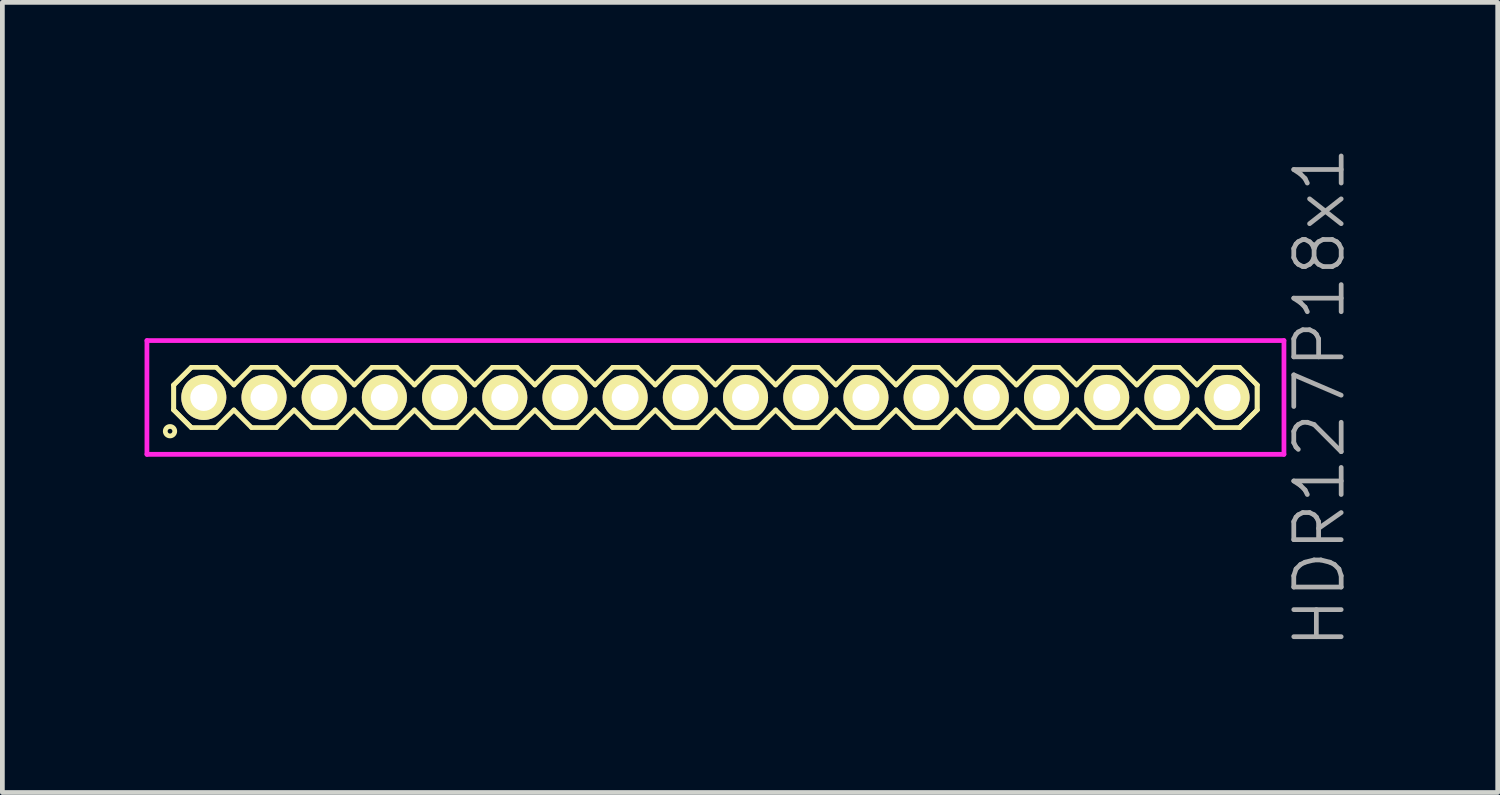
<source format=kicad_pcb>
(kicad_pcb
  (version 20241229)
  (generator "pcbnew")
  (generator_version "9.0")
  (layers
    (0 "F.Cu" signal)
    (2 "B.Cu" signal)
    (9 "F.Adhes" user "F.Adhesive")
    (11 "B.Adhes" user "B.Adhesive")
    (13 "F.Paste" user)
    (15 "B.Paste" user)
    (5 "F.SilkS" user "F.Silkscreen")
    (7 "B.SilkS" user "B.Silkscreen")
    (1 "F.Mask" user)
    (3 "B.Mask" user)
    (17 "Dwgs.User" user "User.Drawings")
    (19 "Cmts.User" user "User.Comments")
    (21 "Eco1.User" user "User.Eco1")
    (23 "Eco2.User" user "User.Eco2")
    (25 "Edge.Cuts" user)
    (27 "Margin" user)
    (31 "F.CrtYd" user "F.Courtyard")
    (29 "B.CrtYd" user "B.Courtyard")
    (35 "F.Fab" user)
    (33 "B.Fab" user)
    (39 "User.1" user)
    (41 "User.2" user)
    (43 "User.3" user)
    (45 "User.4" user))
  (footprint "HDR127P18x1"
    (layer "F.Cu")
    (at 12.045 5.336)
    (property "Reference" "HDR127P18x1" (at 12.745 0 90) (layer "F.Fab") (effects (font (size 1 1) (thickness 0.1))))
    (attr through_hole)
    (fp_line (start -11.43 -0.263) (end -11.058 -0.635) (stroke (width 0.1) (type solid)) (layer "F.SilkS"))
    (fp_line (start -11.43 -0.263) (end -11.058 -0.635) (stroke (width 0.1) (type solid)) (layer "F.SilkS"))
    (fp_line (start -11.43 0.263) (end -11.43 -0.263) (stroke (width 0.1) (type solid)) (layer "F.SilkS"))
    (fp_line (start -11.43 0.263) (end -11.43 -0.263) (stroke (width 0.1) (type solid)) (layer "F.SilkS"))
    (fp_line (start -11.058 -0.635) (end -10.532 -0.635) (stroke (width 0.1) (type solid)) (layer "F.SilkS"))
    (fp_line (start -11.058 0.635) (end -11.43 0.263) (stroke (width 0.1) (type solid)) (layer "F.SilkS"))
    (fp_line (start -11.058 0.635) (end -11.43 0.263) (stroke (width 0.1) (type solid)) (layer "F.SilkS"))
    (fp_line (start -10.532 -0.635) (end -10.16 -0.263) (stroke (width 0.1) (type solid)) (layer "F.SilkS"))
    (fp_line (start -10.532 0.635) (end -11.058 0.635) (stroke (width 0.1) (type solid)) (layer "F.SilkS"))
    (fp_line (start -10.16 -0.263) (end -9.788 -0.635) (stroke (width 0.1) (type solid)) (layer "F.SilkS"))
    (fp_line (start -10.16 0.263) (end -10.532 0.635) (stroke (width 0.1) (type solid)) (layer "F.SilkS"))
    (fp_line (start -9.788 -0.635) (end -9.262 -0.635) (stroke (width 0.1) (type solid)) (layer "F.SilkS"))
    (fp_line (start -9.788 0.635) (end -10.16 0.263) (stroke (width 0.1) (type solid)) (layer "F.SilkS"))
    (fp_line (start -9.262 -0.635) (end -8.89 -0.263) (stroke (width 0.1) (type solid)) (layer "F.SilkS"))
    (fp_line (start -9.262 0.635) (end -9.788 0.635) (stroke (width 0.1) (type solid)) (layer "F.SilkS"))
    (fp_line (start -8.89 -0.263) (end -8.518 -0.635) (stroke (width 0.1) (type solid)) (layer "F.SilkS"))
    (fp_line (start -8.89 0.263) (end -9.262 0.635) (stroke (width 0.1) (type solid)) (layer "F.SilkS"))
    (fp_line (start -8.518 -0.635) (end -7.992 -0.635) (stroke (width 0.1) (type solid)) (layer "F.SilkS"))
    (fp_line (start -8.518 0.635) (end -8.89 0.263) (stroke (width 0.1) (type solid)) (layer "F.SilkS"))
    (fp_line (start -7.992 -0.635) (end -7.62 -0.263) (stroke (width 0.1) (type solid)) (layer "F.SilkS"))
    (fp_line (start -7.992 0.635) (end -8.518 0.635) (stroke (width 0.1) (type solid)) (layer "F.SilkS"))
    (fp_line (start -7.62 -0.263) (end -7.248 -0.635) (stroke (width 0.1) (type solid)) (layer "F.SilkS"))
    (fp_line (start -7.62 0.263) (end -7.992 0.635) (stroke (width 0.1) (type solid)) (layer "F.SilkS"))
    (fp_line (start -7.248 -0.635) (end -6.722 -0.635) (stroke (width 0.1) (type solid)) (layer "F.SilkS"))
    (fp_line (start -7.248 0.635) (end -7.62 0.263) (stroke (width 0.1) (type solid)) (layer "F.SilkS"))
    (fp_line (start -6.722 -0.635) (end -6.35 -0.263) (stroke (width 0.1) (type solid)) (layer "F.SilkS"))
    (fp_line (start -6.722 0.635) (end -7.248 0.635) (stroke (width 0.1) (type solid)) (layer "F.SilkS"))
    (fp_line (start -6.35 -0.263) (end -5.978 -0.635) (stroke (width 0.1) (type solid)) (layer "F.SilkS"))
    (fp_line (start -6.35 0.263) (end -6.722 0.635) (stroke (width 0.1) (type solid)) (layer "F.SilkS"))
    (fp_line (start -5.978 -0.635) (end -5.452 -0.635) (stroke (width 0.1) (type solid)) (layer "F.SilkS"))
    (fp_line (start -5.978 0.635) (end -6.35 0.263) (stroke (width 0.1) (type solid)) (layer "F.SilkS"))
    (fp_line (start -5.452 -0.635) (end -5.08 -0.263) (stroke (width 0.1) (type solid)) (layer "F.SilkS"))
    (fp_line (start -5.452 0.635) (end -5.978 0.635) (stroke (width 0.1) (type solid)) (layer "F.SilkS"))
    (fp_line (start -5.08 -0.263) (end -4.708 -0.635) (stroke (width 0.1) (type solid)) (layer "F.SilkS"))
    (fp_line (start -5.08 0.263) (end -5.452 0.635) (stroke (width 0.1) (type solid)) (layer "F.SilkS"))
    (fp_line (start -4.708 -0.635) (end -4.182 -0.635) (stroke (width 0.1) (type solid)) (layer "F.SilkS"))
    (fp_line (start -4.708 0.635) (end -5.08 0.263) (stroke (width 0.1) (type solid)) (layer "F.SilkS"))
    (fp_line (start -4.182 -0.635) (end -3.81 -0.263) (stroke (width 0.1) (type solid)) (layer "F.SilkS"))
    (fp_line (start -4.182 0.635) (end -4.708 0.635) (stroke (width 0.1) (type solid)) (layer "F.SilkS"))
    (fp_line (start -3.81 -0.263) (end -3.438 -0.635) (stroke (width 0.1) (type solid)) (layer "F.SilkS"))
    (fp_line (start -3.81 0.263) (end -4.182 0.635) (stroke (width 0.1) (type solid)) (layer "F.SilkS"))
    (fp_line (start -3.438 -0.635) (end -2.912 -0.635) (stroke (width 0.1) (type solid)) (layer "F.SilkS"))
    (fp_line (start -3.438 0.635) (end -3.81 0.263) (stroke (width 0.1) (type solid)) (layer "F.SilkS"))
    (fp_line (start -2.912 -0.635) (end -2.54 -0.263) (stroke (width 0.1) (type solid)) (layer "F.SilkS"))
    (fp_line (start -2.912 0.635) (end -3.438 0.635) (stroke (width 0.1) (type solid)) (layer "F.SilkS"))
    (fp_line (start -2.54 -0.263) (end -2.168 -0.635) (stroke (width 0.1) (type solid)) (layer "F.SilkS"))
    (fp_line (start -2.54 0.263) (end -2.912 0.635) (stroke (width 0.1) (type solid)) (layer "F.SilkS"))
    (fp_line (start -2.168 -0.635) (end -1.642 -0.635) (stroke (width 0.1) (type solid)) (layer "F.SilkS"))
    (fp_line (start -2.168 0.635) (end -2.54 0.263) (stroke (width 0.1) (type solid)) (layer "F.SilkS"))
    (fp_line (start -1.642 -0.635) (end -1.27 -0.263) (stroke (width 0.1) (type solid)) (layer "F.SilkS"))
    (fp_line (start -1.642 0.635) (end -2.168 0.635) (stroke (width 0.1) (type solid)) (layer "F.SilkS"))
    (fp_line (start -1.27 -0.263) (end -0.898 -0.635) (stroke (width 0.1) (type solid)) (layer "F.SilkS"))
    (fp_line (start -1.27 0.263) (end -1.642 0.635) (stroke (width 0.1) (type solid)) (layer "F.SilkS"))
    (fp_line (start -0.898 -0.635) (end -0.372 -0.635) (stroke (width 0.1) (type solid)) (layer "F.SilkS"))
    (fp_line (start -0.898 0.635) (end -1.27 0.263) (stroke (width 0.1) (type solid)) (layer "F.SilkS"))
    (fp_line (start -0.372 -0.635) (end 0 -0.263) (stroke (width 0.1) (type solid)) (layer "F.SilkS"))
    (fp_line (start -0.372 0.635) (end -0.898 0.635) (stroke (width 0.1) (type solid)) (layer "F.SilkS"))
    (fp_line (start 0 -0.263) (end 0.372 -0.635) (stroke (width 0.1) (type solid)) (layer "F.SilkS"))
    (fp_line (start 0 0.263) (end -0.372 0.635) (stroke (width 0.1) (type solid)) (layer "F.SilkS"))
    (fp_line (start 0.372 -0.635) (end 0.898 -0.635) (stroke (width 0.1) (type solid)) (layer "F.SilkS"))
    (fp_line (start 0.372 0.635) (end 0 0.263) (stroke (width 0.1) (type solid)) (layer "F.SilkS"))
    (fp_line (start 0.898 -0.635) (end 1.27 -0.263) (stroke (width 0.1) (type solid)) (layer "F.SilkS"))
    (fp_line (start 0.898 0.635) (end 0.372 0.635) (stroke (width 0.1) (type solid)) (layer "F.SilkS"))
    (fp_line (start 1.27 -0.263) (end 1.642 -0.635) (stroke (width 0.1) (type solid)) (layer "F.SilkS"))
    (fp_line (start 1.27 0.263) (end 0.898 0.635) (stroke (width 0.1) (type solid)) (layer "F.SilkS"))
    (fp_line (start 1.642 -0.635) (end 2.168 -0.635) (stroke (width 0.1) (type solid)) (layer "F.SilkS"))
    (fp_line (start 1.642 0.635) (end 1.27 0.263) (stroke (width 0.1) (type solid)) (layer "F.SilkS"))
    (fp_line (start 2.168 -0.635) (end 2.54 -0.263) (stroke (width 0.1) (type solid)) (layer "F.SilkS"))
    (fp_line (start 2.168 0.635) (end 1.642 0.635) (stroke (width 0.1) (type solid)) (layer "F.SilkS"))
    (fp_line (start 2.54 -0.263) (end 2.912 -0.635) (stroke (width 0.1) (type solid)) (layer "F.SilkS"))
    (fp_line (start 2.54 0.263) (end 2.168 0.635) (stroke (width 0.1) (type solid)) (layer "F.SilkS"))
    (fp_line (start 2.912 -0.635) (end 3.438 -0.635) (stroke (width 0.1) (type solid)) (layer "F.SilkS"))
    (fp_line (start 2.912 0.635) (end 2.54 0.263) (stroke (width 0.1) (type solid)) (layer "F.SilkS"))
    (fp_line (start 3.438 -0.635) (end 3.81 -0.263) (stroke (width 0.1) (type solid)) (layer "F.SilkS"))
    (fp_line (start 3.438 0.635) (end 2.912 0.635) (stroke (width 0.1) (type solid)) (layer "F.SilkS"))
    (fp_line (start 3.81 -0.263) (end 4.182 -0.635) (stroke (width 0.1) (type solid)) (layer "F.SilkS"))
    (fp_line (start 3.81 0.263) (end 3.438 0.635) (stroke (width 0.1) (type solid)) (layer "F.SilkS"))
    (fp_line (start 4.182 -0.635) (end 4.708 -0.635) (stroke (width 0.1) (type solid)) (layer "F.SilkS"))
    (fp_line (start 4.182 0.635) (end 3.81 0.263) (stroke (width 0.1) (type solid)) (layer "F.SilkS"))
    (fp_line (start 4.708 -0.635) (end 5.08 -0.263) (stroke (width 0.1) (type solid)) (layer "F.SilkS"))
    (fp_line (start 4.708 0.635) (end 4.182 0.635) (stroke (width 0.1) (type solid)) (layer "F.SilkS"))
    (fp_line (start 5.08 -0.263) (end 5.452 -0.635) (stroke (width 0.1) (type solid)) (layer "F.SilkS"))
    (fp_line (start 5.08 0.263) (end 4.708 0.635) (stroke (width 0.1) (type solid)) (layer "F.SilkS"))
    (fp_line (start 5.452 -0.635) (end 5.978 -0.635) (stroke (width 0.1) (type solid)) (layer "F.SilkS"))
    (fp_line (start 5.452 0.635) (end 5.08 0.263) (stroke (width 0.1) (type solid)) (layer "F.SilkS"))
    (fp_line (start 5.978 -0.635) (end 6.35 -0.263) (stroke (width 0.1) (type solid)) (layer "F.SilkS"))
    (fp_line (start 5.978 0.635) (end 5.452 0.635) (stroke (width 0.1) (type solid)) (layer "F.SilkS"))
    (fp_line (start 6.35 -0.263) (end 6.722 -0.635) (stroke (width 0.1) (type solid)) (layer "F.SilkS"))
    (fp_line (start 6.35 0.263) (end 5.978 0.635) (stroke (width 0.1) (type solid)) (layer "F.SilkS"))
    (fp_line (start 6.722 -0.635) (end 7.248 -0.635) (stroke (width 0.1) (type solid)) (layer "F.SilkS"))
    (fp_line (start 6.722 0.635) (end 6.35 0.263) (stroke (width 0.1) (type solid)) (layer "F.SilkS"))
    (fp_line (start 7.248 -0.635) (end 7.62 -0.263) (stroke (width 0.1) (type solid)) (layer "F.SilkS"))
    (fp_line (start 7.248 0.635) (end 6.722 0.635) (stroke (width 0.1) (type solid)) (layer "F.SilkS"))
    (fp_line (start 7.62 -0.263) (end 7.992 -0.635) (stroke (width 0.1) (type solid)) (layer "F.SilkS"))
    (fp_line (start 7.62 0.263) (end 7.248 0.635) (stroke (width 0.1) (type solid)) (layer "F.SilkS"))
    (fp_line (start 7.992 -0.635) (end 8.518 -0.635) (stroke (width 0.1) (type solid)) (layer "F.SilkS"))
    (fp_line (start 7.992 0.635) (end 7.62 0.263) (stroke (width 0.1) (type solid)) (layer "F.SilkS"))
    (fp_line (start 8.518 -0.635) (end 8.89 -0.263) (stroke (width 0.1) (type solid)) (layer "F.SilkS"))
    (fp_line (start 8.518 0.635) (end 7.992 0.635) (stroke (width 0.1) (type solid)) (layer "F.SilkS"))
    (fp_line (start 8.89 -0.263) (end 9.262 -0.635) (stroke (width 0.1) (type solid)) (layer "F.SilkS"))
    (fp_line (start 8.89 0.263) (end 8.518 0.635) (stroke (width 0.1) (type solid)) (layer "F.SilkS"))
    (fp_line (start 9.262 -0.635) (end 9.788 -0.635) (stroke (width 0.1) (type solid)) (layer "F.SilkS"))
    (fp_line (start 9.262 0.635) (end 8.89 0.263) (stroke (width 0.1) (type solid)) (layer "F.SilkS"))
    (fp_line (start 9.788 -0.635) (end 10.16 -0.263) (stroke (width 0.1) (type solid)) (layer "F.SilkS"))
    (fp_line (start 9.788 0.635) (end 9.262 0.635) (stroke (width 0.1) (type solid)) (layer "F.SilkS"))
    (fp_line (start 10.16 -0.263) (end 10.532 -0.635) (stroke (width 0.1) (type solid)) (layer "F.SilkS"))
    (fp_line (start 10.16 0.263) (end 9.788 0.635) (stroke (width 0.1) (type solid)) (layer "F.SilkS"))
    (fp_line (start 10.532 -0.635) (end 11.058 -0.635) (stroke (width 0.1) (type solid)) (layer "F.SilkS"))
    (fp_line (start 10.532 0.635) (end 10.16 0.263) (stroke (width 0.1) (type solid)) (layer "F.SilkS"))
    (fp_line (start 11.058 -0.635) (end 11.43 -0.263) (stroke (width 0.1) (type solid)) (layer "F.SilkS"))
    (fp_line (start 11.058 -0.635) (end 11.43 -0.263) (stroke (width 0.1) (type solid)) (layer "F.SilkS"))
    (fp_line (start 11.058 0.635) (end 10.532 0.635) (stroke (width 0.1) (type solid)) (layer "F.SilkS"))
    (fp_line (start 11.43 -0.263) (end 11.43 0.263) (stroke (width 0.1) (type solid)) (layer "F.SilkS"))
    (fp_line (start 11.43 -0.263) (end 11.43 0.263) (stroke (width 0.1) (type solid)) (layer "F.SilkS"))
    (fp_line (start 11.43 0.263) (end 11.058 0.635) (stroke (width 0.1) (type solid)) (layer "F.SilkS"))
    (fp_line (start 11.43 0.263) (end 11.058 0.635) (stroke (width 0.1) (type solid)) (layer "F.SilkS"))
    (fp_circle (center -11.508 0.712) (end -11.408 0.712) (stroke (width 0.1) (type solid)) (fill no) (layer "F.SilkS"))
    (fp_line (start -11.995 -1.2) (end -11.995 1.2) (stroke (width 0.1) (type solid)) (layer "F.CrtYd"))
    (fp_line (start -11.995 1.2) (end 11.995 1.2) (stroke (width 0.1) (type solid)) (layer "F.CrtYd"))
    (fp_line (start 11.995 -1.2) (end -11.995 -1.2) (stroke (width 0.1) (type solid)) (layer "F.CrtYd"))
    (fp_line (start 11.995 1.2) (end 11.995 -1.2) (stroke (width 0.1) (type solid)) (layer "F.CrtYd"))
    (pad "1" thru_hole oval (at -10.795 0) (size 0.95 0.95) (drill 0.57) (layers "*.Cu" "*.Mask" "F.SilkS"))
    (pad "2" thru_hole oval (at -9.525 0) (size 0.95 0.95) (drill 0.57) (layers "*.Cu" "*.Mask" "F.SilkS"))
    (pad "3" thru_hole oval (at -8.255 0) (size 0.95 0.95) (drill 0.57) (layers "*.Cu" "*.Mask" "F.SilkS"))
    (pad "4" thru_hole oval (at -6.985 0) (size 0.95 0.95) (drill 0.57) (layers "*.Cu" "*.Mask" "F.SilkS"))
    (pad "5" thru_hole oval (at -5.715 0) (size 0.95 0.95) (drill 0.57) (layers "*.Cu" "*.Mask" "F.SilkS"))
    (pad "6" thru_hole oval (at -4.445 0) (size 0.95 0.95) (drill 0.57) (layers "*.Cu" "*.Mask" "F.SilkS"))
    (pad "7" thru_hole oval (at -3.175 0) (size 0.95 0.95) (drill 0.57) (layers "*.Cu" "*.Mask" "F.SilkS"))
    (pad "8" thru_hole oval (at -1.905 0) (size 0.95 0.95) (drill 0.57) (layers "*.Cu" "*.Mask" "F.SilkS"))
    (pad "9" thru_hole oval (at -0.635 0) (size 0.95 0.95) (drill 0.57) (layers "*.Cu" "*.Mask" "F.SilkS"))
    (pad "10" thru_hole oval (at 0.635 0) (size 0.95 0.95) (drill 0.57) (layers "*.Cu" "*.Mask" "F.SilkS"))
    (pad "11" thru_hole oval (at 1.905 0) (size 0.95 0.95) (drill 0.57) (layers "*.Cu" "*.Mask" "F.SilkS"))
    (pad "12" thru_hole oval (at 3.175 0) (size 0.95 0.95) (drill 0.57) (layers "*.Cu" "*.Mask" "F.SilkS"))
    (pad "13" thru_hole oval (at 4.445 0) (size 0.95 0.95) (drill 0.57) (layers "*.Cu" "*.Mask" "F.SilkS"))
    (pad "14" thru_hole oval (at 5.715 0) (size 0.95 0.95) (drill 0.57) (layers "*.Cu" "*.Mask" "F.SilkS"))
    (pad "15" thru_hole oval (at 6.985 0) (size 0.95 0.95) (drill 0.57) (layers "*.Cu" "*.Mask" "F.SilkS"))
    (pad "16" thru_hole oval (at 8.255 0) (size 0.95 0.95) (drill 0.57) (layers "*.Cu" "*.Mask" "F.SilkS"))
    (pad "17" thru_hole oval (at 9.525 0) (size 0.95 0.95) (drill 0.57) (layers "*.Cu" "*.Mask" "F.SilkS"))
    (pad "18" thru_hole oval (at 10.795 0) (size 0.95 0.95) (drill 0.57) (layers "*.Cu" "*.Mask" "F.SilkS")))
  (gr_rect
    (start -3 -3)
    (end 28.55 13.671)
    (stroke (width 0.1) (type default))
    (fill no)
    (layer "Edge.Cuts")))
</source>
